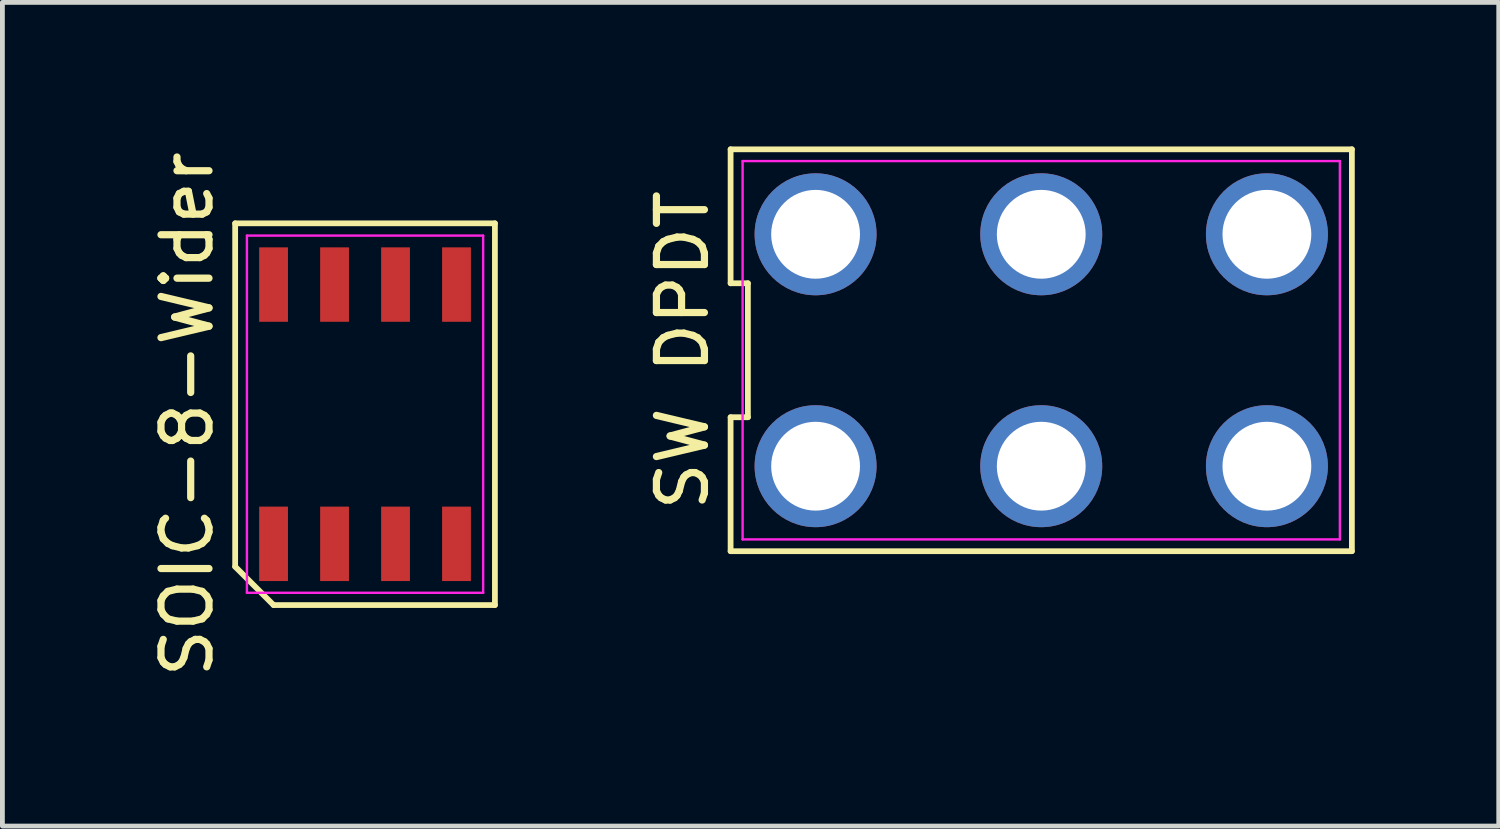
<source format=kicad_pcb>
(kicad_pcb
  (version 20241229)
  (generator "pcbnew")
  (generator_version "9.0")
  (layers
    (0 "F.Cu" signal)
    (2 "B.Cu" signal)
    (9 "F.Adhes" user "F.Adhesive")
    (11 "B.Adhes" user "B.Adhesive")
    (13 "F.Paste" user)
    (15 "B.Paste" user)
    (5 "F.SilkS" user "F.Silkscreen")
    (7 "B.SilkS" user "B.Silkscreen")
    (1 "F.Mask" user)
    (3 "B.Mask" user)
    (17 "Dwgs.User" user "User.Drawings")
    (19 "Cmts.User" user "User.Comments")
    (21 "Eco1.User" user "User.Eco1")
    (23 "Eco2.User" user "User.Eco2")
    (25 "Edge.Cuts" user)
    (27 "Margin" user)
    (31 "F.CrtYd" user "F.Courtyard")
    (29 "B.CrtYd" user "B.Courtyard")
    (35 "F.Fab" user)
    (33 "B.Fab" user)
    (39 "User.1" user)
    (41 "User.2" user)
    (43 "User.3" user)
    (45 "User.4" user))
  (footprint "SOIC-8-Wider"
    (layer "F.Cu")
    (at 4.553 5.577)
    (property "Reference" "SOIC-8-Wider" (at -3.705 0 90) (layer "F.SilkS") (effects (font (size 1 1) (thickness 0.15))))
    (attr through_hole)
    (fp_line (start -2.705 -3.975) (end 2.705 -3.975) (stroke (width 0.12) (type solid)) (layer "F.SilkS"))
    (fp_line (start -2.705 3.175) (end -2.705 -3.975) (stroke (width 0.12) (type solid)) (layer "F.SilkS"))
    (fp_line (start -1.905 3.975) (end -2.705 3.175) (stroke (width 0.12) (type solid)) (layer "F.SilkS"))
    (fp_line (start 2.705 -3.975) (end 2.705 3.975) (stroke (width 0.12) (type solid)) (layer "F.SilkS"))
    (fp_line (start 2.705 3.975) (end -1.905 3.975) (stroke (width 0.12) (type solid)) (layer "F.SilkS"))
    (fp_line (start -2.46 -3.72) (end 2.46 -3.72) (stroke (width 0.05) (type solid)) (layer "F.CrtYd"))
    (fp_line (start -2.46 3.72) (end -2.46 -3.72) (stroke (width 0.05) (type solid)) (layer "F.CrtYd"))
    (fp_line (start 2.46 -3.72) (end 2.46 3.72) (stroke (width 0.05) (type solid)) (layer "F.CrtYd"))
    (fp_line (start 2.46 3.72) (end -2.46 3.72) (stroke (width 0.05) (type solid)) (layer "F.CrtYd"))
    (pad "1" smd rect (at -1.905 2.7) (size 0.6 1.55) (layers "F.Cu" "F.Mask" "F.Paste"))
    (pad "2" smd rect (at -0.635 2.7) (size 0.6 1.55) (layers "F.Cu" "F.Mask" "F.Paste"))
    (pad "3" smd rect (at 0.635 2.7) (size 0.6 1.55) (layers "F.Cu" "F.Mask" "F.Paste"))
    (pad "4" smd rect (at 1.905 2.7) (size 0.6 1.55) (layers "F.Cu" "F.Mask" "F.Paste"))
    (pad "5" smd rect (at 1.905 -2.7) (size 0.6 1.55) (layers "F.Cu" "F.Mask" "F.Paste"))
    (pad "6" smd rect (at 0.635 -2.7) (size 0.6 1.55) (layers "F.Cu" "F.Mask" "F.Paste"))
    (pad "7" smd rect (at -0.635 -2.7) (size 0.6 1.55) (layers "F.Cu" "F.Mask" "F.Paste"))
    (pad "8" smd rect (at -1.905 -2.7) (size 0.6 1.55) (layers "F.Cu" "F.Mask" "F.Paste")))
  (footprint "SW DPDT"
    (layer "F.Cu")
    (at 18.637 4.245)
    (property "Reference" "SW DPDT" (at -7.47 0 90) (layer "F.SilkS") (effects (font (size 1 1) (thickness 0.15))))
    (fp_line (start -6.47 -4.185) (end -6.47 -1.395) (stroke (width 0.12) (type solid)) (layer "F.SilkS"))
    (fp_line (start -6.47 -1.395) (end -6.11 -1.395) (stroke (width 0.12) (type solid)) (layer "F.SilkS"))
    (fp_line (start -6.47 1.395) (end -6.47 4.185) (stroke (width 0.12) (type solid)) (layer "F.SilkS"))
    (fp_line (start -6.47 4.185) (end 6.47 4.185) (stroke (width 0.12) (type solid)) (layer "F.SilkS"))
    (fp_line (start -6.11 -1.395) (end -6.11 1.395) (stroke (width 0.12) (type solid)) (layer "F.SilkS"))
    (fp_line (start -6.11 1.395) (end -6.47 1.395) (stroke (width 0.12) (type solid)) (layer "F.SilkS"))
    (fp_line (start 6.47 -4.185) (end -6.47 -4.185) (stroke (width 0.12) (type solid)) (layer "F.SilkS"))
    (fp_line (start 6.47 4.185) (end 6.47 -4.185) (stroke (width 0.12) (type solid)) (layer "F.SilkS"))
    (fp_line (start -6.22 -3.94) (end 6.22 -3.94) (stroke (width 0.05) (type solid)) (layer "F.CrtYd"))
    (fp_line (start -6.22 3.94) (end -6.22 -3.94) (stroke (width 0.05) (type solid)) (layer "F.CrtYd"))
    (fp_line (start 6.22 -3.94) (end 6.22 3.94) (stroke (width 0.05) (type solid)) (layer "F.CrtYd"))
    (fp_line (start 6.22 3.94) (end -6.22 3.94) (stroke (width 0.05) (type solid)) (layer "F.CrtYd"))
    (pad "1" thru_hole circle (at -4.7 2.415) (size 2.54 2.54) (drill 1.85) (layers "*.Cu" "*.Mask"))
    (pad "2" thru_hole circle (at 0 2.415) (size 2.54 2.54) (drill 1.85) (layers "*.Cu" "*.Mask"))
    (pad "3" thru_hole circle (at 4.7 2.415) (size 2.54 2.54) (drill 1.85) (layers "*.Cu" "*.Mask"))
    (pad "4" thru_hole circle (at -4.7 -2.415) (size 2.54 2.54) (drill 1.85) (layers "*.Cu" "*.Mask"))
    (pad "5" thru_hole circle (at 0 -2.415) (size 2.54 2.54) (drill 1.85) (layers "*.Cu" "*.Mask"))
    (pad "6" thru_hole circle (at 4.7 -2.415) (size 2.54 2.54) (drill 1.85) (layers "*.Cu" "*.Mask")))
  (gr_rect
    (start -3 -3)
    (end 28.166 14.155)
    (stroke (width 0.1) (type default))
    (fill no)
    (layer "Edge.Cuts")))
</source>
